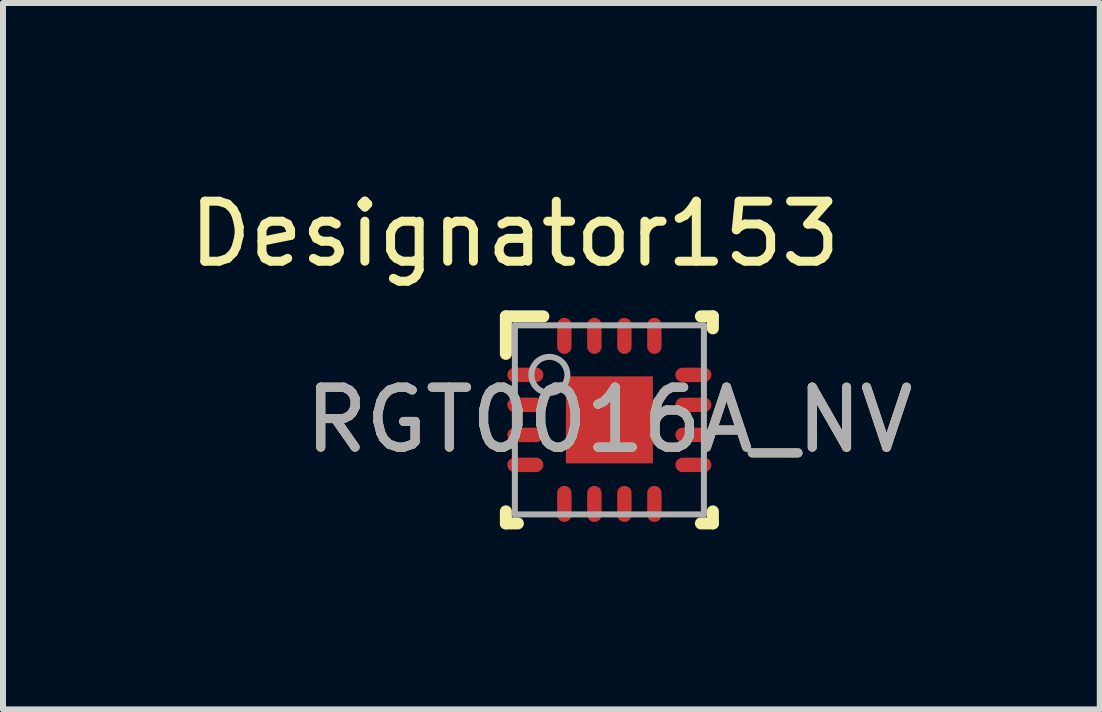
<source format=kicad_pcb>
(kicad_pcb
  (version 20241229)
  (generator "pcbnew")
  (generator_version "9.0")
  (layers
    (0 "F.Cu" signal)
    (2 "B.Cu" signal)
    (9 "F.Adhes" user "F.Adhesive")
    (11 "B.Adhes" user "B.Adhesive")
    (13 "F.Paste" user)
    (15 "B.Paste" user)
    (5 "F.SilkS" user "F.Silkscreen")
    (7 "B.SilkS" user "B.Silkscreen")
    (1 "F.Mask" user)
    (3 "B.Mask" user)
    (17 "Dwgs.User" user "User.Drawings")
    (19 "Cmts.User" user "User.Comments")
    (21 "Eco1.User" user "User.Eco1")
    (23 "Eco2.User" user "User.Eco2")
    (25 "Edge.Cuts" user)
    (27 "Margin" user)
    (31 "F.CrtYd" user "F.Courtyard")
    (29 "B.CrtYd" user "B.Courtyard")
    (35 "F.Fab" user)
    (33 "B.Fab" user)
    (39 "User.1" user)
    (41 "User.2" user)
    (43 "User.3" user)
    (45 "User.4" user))
  (footprint "RGT0016A_NV"
    (layer "F.Cu")
    (at 7.105 3.947)
    (property "Reference" "RGT0016A_NV" (at 0 0 0) (unlocked yes) (layer "F.SilkS") (effects (font (size 1 1) (thickness 0.15))))
    (attr smd)
    (fp_line (start -1.725 -1.725) (end -1.1 -1.725) (stroke (width 0.2) (type solid)) (layer "F.SilkS"))
    (fp_line (start -1.725 -1.1) (end -1.725 -1.725) (stroke (width 0.2) (type solid)) (layer "F.SilkS"))
    (fp_line (start -1.725 1.725) (end -1.725 1.525) (stroke (width 0.2) (type solid)) (layer "F.SilkS"))
    (fp_line (start -1.725 1.725) (end -1.525 1.725) (stroke (width 0.2) (type solid)) (layer "F.SilkS"))
    (fp_line (start 1.525 -1.725) (end 1.725 -1.725) (stroke (width 0.2) (type solid)) (layer "F.SilkS"))
    (fp_line (start 1.525 1.725) (end 1.725 1.725) (stroke (width 0.2) (type solid)) (layer "F.SilkS"))
    (fp_line (start 1.725 -1.525) (end 1.725 -1.725) (stroke (width 0.2) (type solid)) (layer "F.SilkS"))
    (fp_line (start 1.725 1.725) (end 1.725 1.525) (stroke (width 0.2) (type solid)) (layer "F.SilkS"))
    (fp_poly (pts (xy -0.668 0.668) (xy 0.669 0.668) (xy 0.669 -0.668) (xy -0.668 -0.668)) (stroke (width 0) (type solid)) (fill yes) (layer "F.Paste"))
    (fp_line (start -1.575 -1.575) (end 1.575 -1.575) (stroke (width 0.1) (type solid)) (layer "F.Fab"))
    (fp_line (start -1.575 1.575) (end -1.575 -1.575) (stroke (width 0.1) (type solid)) (layer "F.Fab"))
    (fp_line (start -1.575 1.575) (end 1.575 1.575) (stroke (width 0.1) (type solid)) (layer "F.Fab"))
    (fp_line (start 1.575 1.575) (end 1.575 -1.575) (stroke (width 0.1) (type solid)) (layer "F.Fab"))
    (fp_circle (center -1 -0.75) (end -0.7 -0.75) (stroke (width 0.1) (type solid)) (fill no) (layer "F.Fab"))
    (fp_text user "Designator153" (at -1.575 -3.099 0) (unlocked yes) (layer "F.SilkS") (effects (font (size 1 1) (thickness 0.15))))
    (fp_text user "${REFERENCE}" (at 0 0 0) (unlocked yes) (layer "F.Fab") (effects (font (size 1 1) (thickness 0.15))))
    (pad "1" smd oval (at -1.4 -0.75 90) (size 0.24 0.6) (layers "F.Cu" "F.Mask" "F.Paste"))
    (pad "2" smd oval (at -1.4 -0.25 90) (size 0.24 0.6) (layers "F.Cu" "F.Mask" "F.Paste"))
    (pad "3" smd oval (at -1.4 0.25 90) (size 0.24 0.6) (layers "F.Cu" "F.Mask" "F.Paste"))
    (pad "4" smd oval (at -1.4 0.75 90) (size 0.24 0.6) (layers "F.Cu" "F.Mask" "F.Paste"))
    (pad "5" smd oval (at -0.75 1.4) (size 0.24 0.6) (layers "F.Cu" "F.Mask" "F.Paste"))
    (pad "6" smd oval (at -0.25 1.4) (size 0.24 0.6) (layers "F.Cu" "F.Mask" "F.Paste"))
    (pad "7" smd oval (at 0.25 1.4) (size 0.24 0.6) (layers "F.Cu" "F.Mask" "F.Paste"))
    (pad "8" smd oval (at 0.75 1.4) (size 0.24 0.6) (layers "F.Cu" "F.Mask" "F.Paste"))
    (pad "9" smd oval (at 1.4 0.75 90) (size 0.24 0.6) (layers "F.Cu" "F.Mask" "F.Paste"))
    (pad "10" smd oval (at 1.4 0.25 90) (size 0.24 0.6) (layers "F.Cu" "F.Mask" "F.Paste"))
    (pad "11" smd oval (at 1.4 -0.25 90) (size 0.24 0.6) (layers "F.Cu" "F.Mask" "F.Paste"))
    (pad "12" smd oval (at 1.4 -0.75 90) (size 0.24 0.6) (layers "F.Cu" "F.Mask" "F.Paste"))
    (pad "13" smd oval (at 0.75 -1.4) (size 0.24 0.6) (layers "F.Cu" "F.Mask" "F.Paste"))
    (pad "14" smd oval (at 0.25 -1.4) (size 0.24 0.6) (layers "F.Cu" "F.Mask" "F.Paste"))
    (pad "15" smd oval (at -0.25 -1.4) (size 0.24 0.6) (layers "F.Cu" "F.Mask" "F.Paste"))
    (pad "16" smd oval (at -0.75 -1.4) (size 0.24 0.6) (layers "F.Cu" "F.Mask" "F.Paste"))
    (pad "17" smd rect (at 0.000003 0) (size 1.45 1.45) (layers "F.Cu" "F.Mask")))
  (gr_rect
    (start -3 -3)
    (end 15.277 8.772)
    (stroke (width 0.1) (type default))
    (fill no)
    (layer "Edge.Cuts")))
</source>
